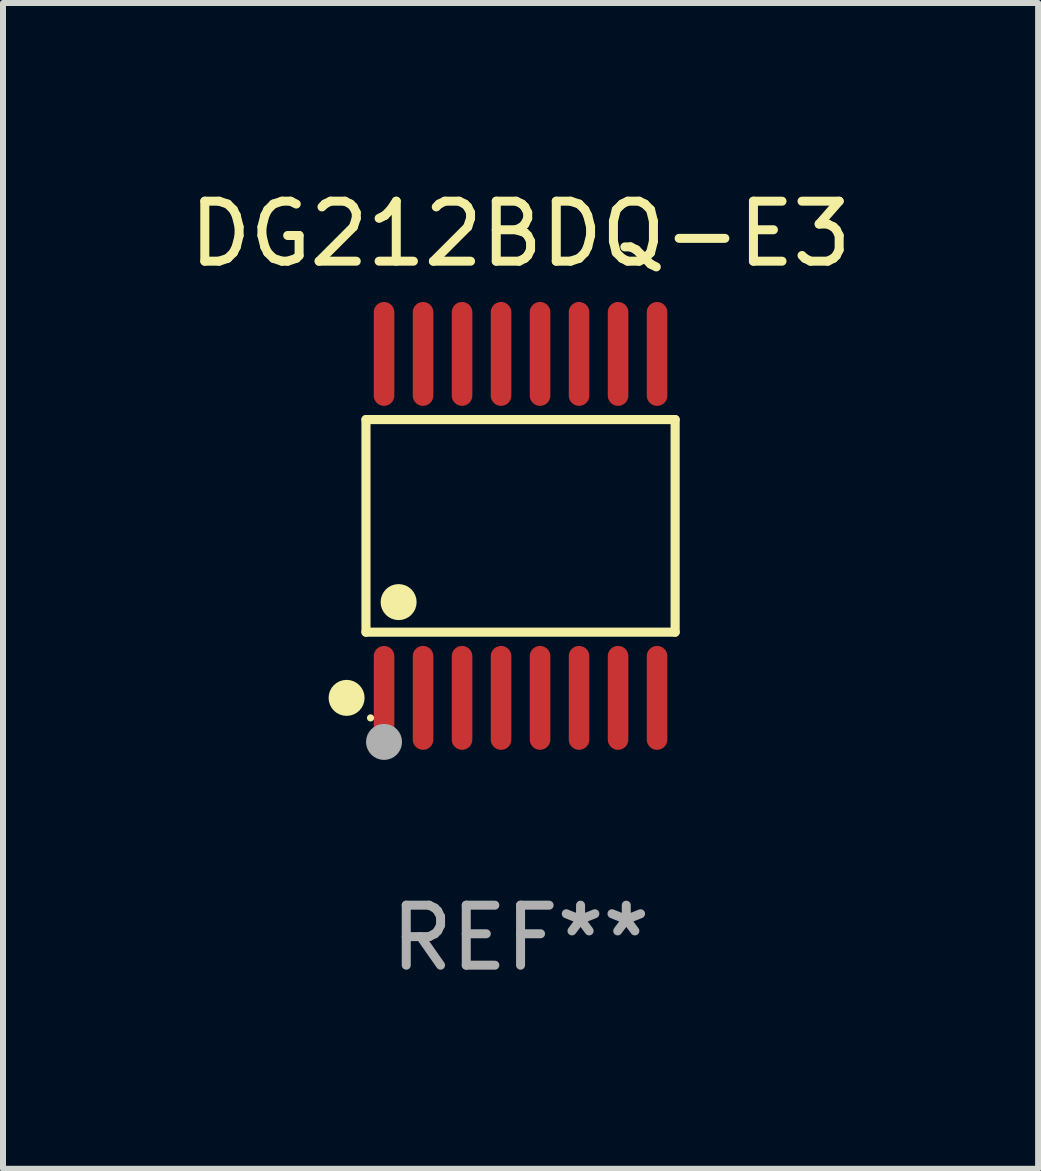
<source format=kicad_pcb>
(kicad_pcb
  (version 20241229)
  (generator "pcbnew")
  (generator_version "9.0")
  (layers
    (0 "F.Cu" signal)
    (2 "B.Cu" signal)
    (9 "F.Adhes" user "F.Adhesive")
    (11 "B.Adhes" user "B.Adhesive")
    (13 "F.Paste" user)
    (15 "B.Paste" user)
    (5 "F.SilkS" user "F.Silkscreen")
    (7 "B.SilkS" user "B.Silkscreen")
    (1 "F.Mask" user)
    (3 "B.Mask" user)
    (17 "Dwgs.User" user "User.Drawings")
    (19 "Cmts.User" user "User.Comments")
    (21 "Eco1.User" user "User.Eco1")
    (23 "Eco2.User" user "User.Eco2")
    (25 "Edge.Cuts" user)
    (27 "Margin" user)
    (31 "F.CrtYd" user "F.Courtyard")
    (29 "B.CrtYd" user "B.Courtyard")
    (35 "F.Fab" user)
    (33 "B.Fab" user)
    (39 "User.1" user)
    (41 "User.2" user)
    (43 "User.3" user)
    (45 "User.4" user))
  (footprint "DG212BDQ-E3"
    (layer "F.Cu")
    (at 5.625 5.714)
    (property "Reference" "DG212BDQ-E3" (at 0 -4.866 0) (layer "F.SilkS") (effects (font (size 1 1) (thickness 0.15))))
    (attr through_hole)
    (fp_line (start -2.576 -1.772) (end 2.576 -1.772) (stroke (width 0.152) (type solid)) (layer "F.SilkS"))
    (fp_line (start -2.576 1.771) (end -2.576 -1.772) (stroke (width 0.152) (type solid)) (layer "F.SilkS"))
    (fp_line (start 2.576 -1.772) (end 2.576 1.771) (stroke (width 0.152) (type solid)) (layer "F.SilkS"))
    (fp_line (start 2.576 1.771) (end -2.576 1.771) (stroke (width 0.152) (type solid)) (layer "F.SilkS"))
    (fp_circle (center -2.899 2.866) (end -2.749 2.866) (stroke (width 0.3) (type solid)) (fill no) (layer "F.SilkS"))
    (fp_circle (center -2.5 3.2) (end -2.47 3.2) (stroke (width 0.06) (type solid)) (fill no) (layer "F.SilkS"))
    (fp_circle (center -2.032 1.27) (end -1.882 1.27) (stroke (width 0.3) (type solid)) (fill no) (layer "F.SilkS"))
    (fp_circle (center -2.275 3.6) (end -2.125 3.6) (stroke (width 0.3) (type solid)) (fill no) (layer "F.Fab"))
    (fp_text user "REF**" (at 0 6.866 0) (layer "F.Fab") (effects (font (size 1 1) (thickness 0.15))))
    (pad "1" smd oval (at -2.275 2.866) (size 0.343 1.731) (layers "F.Cu" "F.Mask" "F.Paste"))
    (pad "2" smd oval (at -1.625 2.866) (size 0.343 1.731) (layers "F.Cu" "F.Mask" "F.Paste"))
    (pad "3" smd oval (at -0.975 2.866) (size 0.343 1.731) (layers "F.Cu" "F.Mask" "F.Paste"))
    (pad "4" smd oval (at -0.325 2.866) (size 0.343 1.731) (layers "F.Cu" "F.Mask" "F.Paste"))
    (pad "5" smd oval (at 0.325 2.866) (size 0.343 1.731) (layers "F.Cu" "F.Mask" "F.Paste"))
    (pad "6" smd oval (at 0.975 2.866) (size 0.343 1.731) (layers "F.Cu" "F.Mask" "F.Paste"))
    (pad "7" smd oval (at 1.625 2.866) (size 0.343 1.731) (layers "F.Cu" "F.Mask" "F.Paste"))
    (pad "8" smd oval (at 2.275 2.866) (size 0.343 1.731) (layers "F.Cu" "F.Mask" "F.Paste"))
    (pad "9" smd oval (at 2.275 -2.866) (size 0.343 1.731) (layers "F.Cu" "F.Mask" "F.Paste"))
    (pad "10" smd oval (at 1.625 -2.866) (size 0.343 1.731) (layers "F.Cu" "F.Mask" "F.Paste"))
    (pad "11" smd oval (at 0.975 -2.866) (size 0.343 1.731) (layers "F.Cu" "F.Mask" "F.Paste"))
    (pad "12" smd oval (at 0.325 -2.866) (size 0.343 1.731) (layers "F.Cu" "F.Mask" "F.Paste"))
    (pad "13" smd oval (at -0.325 -2.866) (size 0.343 1.731) (layers "F.Cu" "F.Mask" "F.Paste"))
    (pad "14" smd oval (at -0.975 -2.866) (size 0.343 1.731) (layers "F.Cu" "F.Mask" "F.Paste"))
    (pad "15" smd oval (at -1.625 -2.866) (size 0.343 1.731) (layers "F.Cu" "F.Mask" "F.Paste"))
    (pad "16" smd oval (at -2.275 -2.866) (size 0.343 1.731) (layers "F.Cu" "F.Mask" "F.Paste")))
  (gr_rect
    (start -3 -3)
    (end 14.25 16.428)
    (stroke (width 0.1) (type default))
    (fill no)
    (layer "Edge.Cuts")))
</source>
